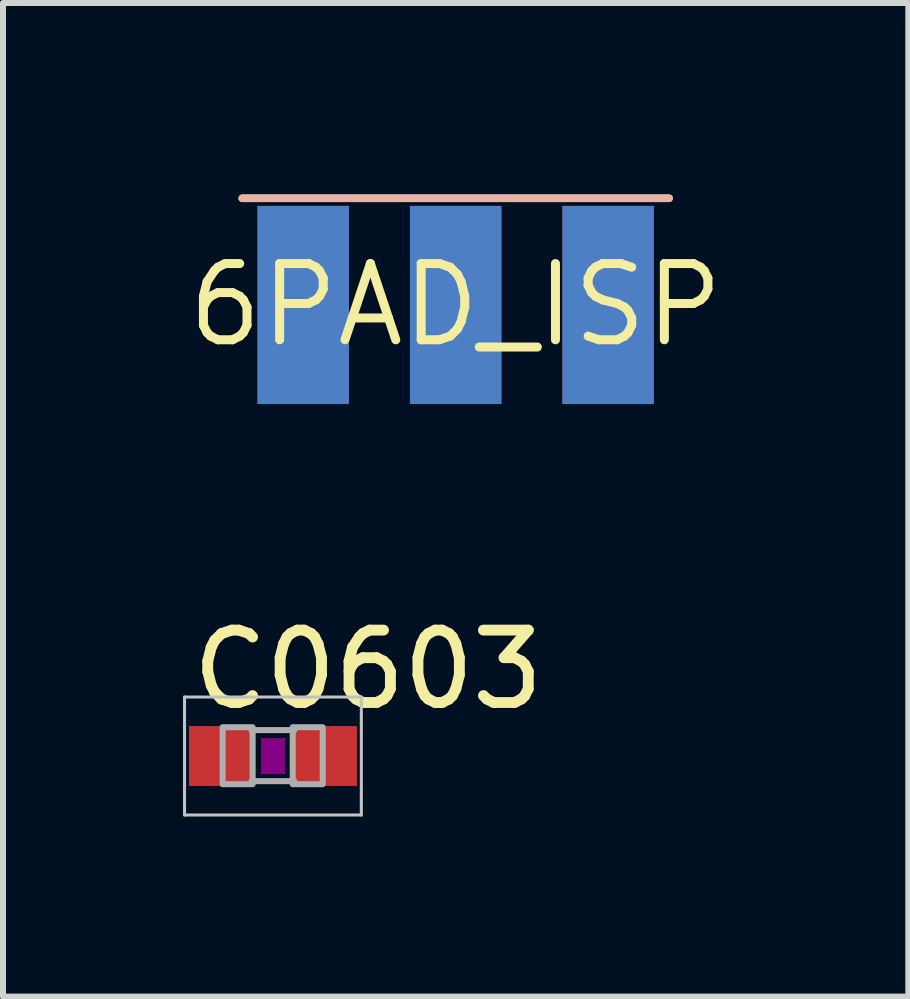
<source format=kicad_pcb>
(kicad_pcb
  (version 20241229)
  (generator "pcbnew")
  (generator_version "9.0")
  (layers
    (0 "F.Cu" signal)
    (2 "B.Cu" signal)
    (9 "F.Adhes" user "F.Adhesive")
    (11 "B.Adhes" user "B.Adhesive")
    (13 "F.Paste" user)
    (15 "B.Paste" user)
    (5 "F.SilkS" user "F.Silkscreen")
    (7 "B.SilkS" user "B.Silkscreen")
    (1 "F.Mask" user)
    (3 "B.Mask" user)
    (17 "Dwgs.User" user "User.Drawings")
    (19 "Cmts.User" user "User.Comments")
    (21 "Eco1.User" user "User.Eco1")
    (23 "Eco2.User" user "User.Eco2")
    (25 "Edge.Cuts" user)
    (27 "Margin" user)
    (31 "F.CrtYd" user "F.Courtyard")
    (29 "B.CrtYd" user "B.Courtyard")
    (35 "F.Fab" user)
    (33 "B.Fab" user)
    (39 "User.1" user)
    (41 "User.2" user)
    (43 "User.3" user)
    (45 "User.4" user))
  (footprint "C0603"
    (layer "F.Cu")
    (at 1.498 9.548)
    (property "Reference" "C0603" (at -1.435 -0.735 0) (layer "F.SilkS") (effects (font (size 1.206 1.206) (thickness 0.181)) (justify left bottom)))
    (attr through_hole)
    (fp_poly (pts (xy -0.2 0.3) (xy 0.2 0.3) (xy 0.2 -0.3) (xy -0.2 -0.3)) (stroke (width 0) (type solid)) (fill yes) (layer "F.Adhes"))
    (fp_line (start -1.473 -0.983) (end 1.473 -0.983) (stroke (width 0.051) (type solid)) (layer "Dwgs.User"))
    (fp_line (start -1.473 0.983) (end -1.473 -0.983) (stroke (width 0.051) (type solid)) (layer "Dwgs.User"))
    (fp_line (start 1.473 -0.983) (end 1.473 0.983) (stroke (width 0.051) (type solid)) (layer "Dwgs.User"))
    (fp_line (start 1.473 0.983) (end -1.473 0.983) (stroke (width 0.051) (type solid)) (layer "Dwgs.User"))
    (fp_line (start -0.356 -0.432) (end 0.356 -0.432) (stroke (width 0.102) (type solid)) (layer "F.Fab"))
    (fp_line (start -0.356 0.419) (end 0.356 0.419) (stroke (width 0.102) (type solid)) (layer "F.Fab"))
    (fp_poly (pts (xy -0.838 0.47) (xy -0.338 0.47) (xy -0.338 -0.48) (xy -0.838 -0.48)) (stroke (width 0.1) (type solid)) (fill no) (layer "F.Fab"))
    (fp_poly (pts (xy 0.33 0.47) (xy 0.83 0.47) (xy 0.83 -0.48) (xy 0.33 -0.48)) (stroke (width 0.1) (type solid)) (fill no) (layer "F.Fab"))
    (pad "1" smd rect (at -0.85 0) (size 1.1 1) (layers "F.Cu" "F.Mask" "F.Paste"))
    (pad "2" smd rect (at 0.85 0) (size 1.1 1) (layers "F.Cu" "F.Mask" "F.Paste")))
  (footprint "6PAD_ISP"
    (layer "F.Cu")
    (at 4.543 2.032)
    (property "Reference" "6PAD_ISP" (at 0 0 0) (layer "F.SilkS") (effects (font (size 1.27 1.27) (thickness 0.15))))
    (attr through_hole)
    (fp_poly (pts (xy -3.683 2.032) (xy 3.683 2.032) (xy 3.683 -2.032) (xy -3.683 -2.032)) (stroke (width 0) (type solid)) (fill yes) (layer "F.Mask"))
    (fp_poly (pts (xy -3.683 2.032) (xy 3.683 2.032) (xy 3.683 -2.032) (xy -3.683 -2.032)) (stroke (width 0) (type solid)) (fill yes) (layer "B.Mask"))
    (fp_line (start -3.556 -1.778) (end 3.556 -1.778) (stroke (width 0.127) (type solid)) (layer "F.SilkS"))
    (fp_line (start -3.556 -1.778) (end 3.556 -1.778) (stroke (width 0.127) (type solid)) (layer "B.SilkS"))
    (pad "GND" smd rect (at 2.54 0) (size 1.524 3.302) (layers "B.Cu" "B.Mask" "B.Paste"))
    (pad "MISO" smd rect (at -2.54 0) (size 1.524 3.302) (layers "F.Cu" "F.Mask" "F.Paste"))
    (pad "MOSI" smd rect (at 0 0) (size 1.524 3.302) (layers "B.Cu" "B.Mask" "B.Paste"))
    (pad "RST" smd rect (at 2.54 0) (size 1.524 3.302) (layers "F.Cu" "F.Mask" "F.Paste"))
    (pad "SCK" smd rect (at 0 0) (size 1.524 3.302) (layers "F.Cu" "F.Mask" "F.Paste"))
    (pad "VCC" smd rect (at -2.54 0) (size 1.524 3.302) (layers "B.Cu" "B.Mask" "B.Paste")))
  (gr_rect
    (start -3 -3)
    (end 12.086 13.557)
    (stroke (width 0.1) (type default))
    (fill no)
    (layer "Edge.Cuts")))
</source>
